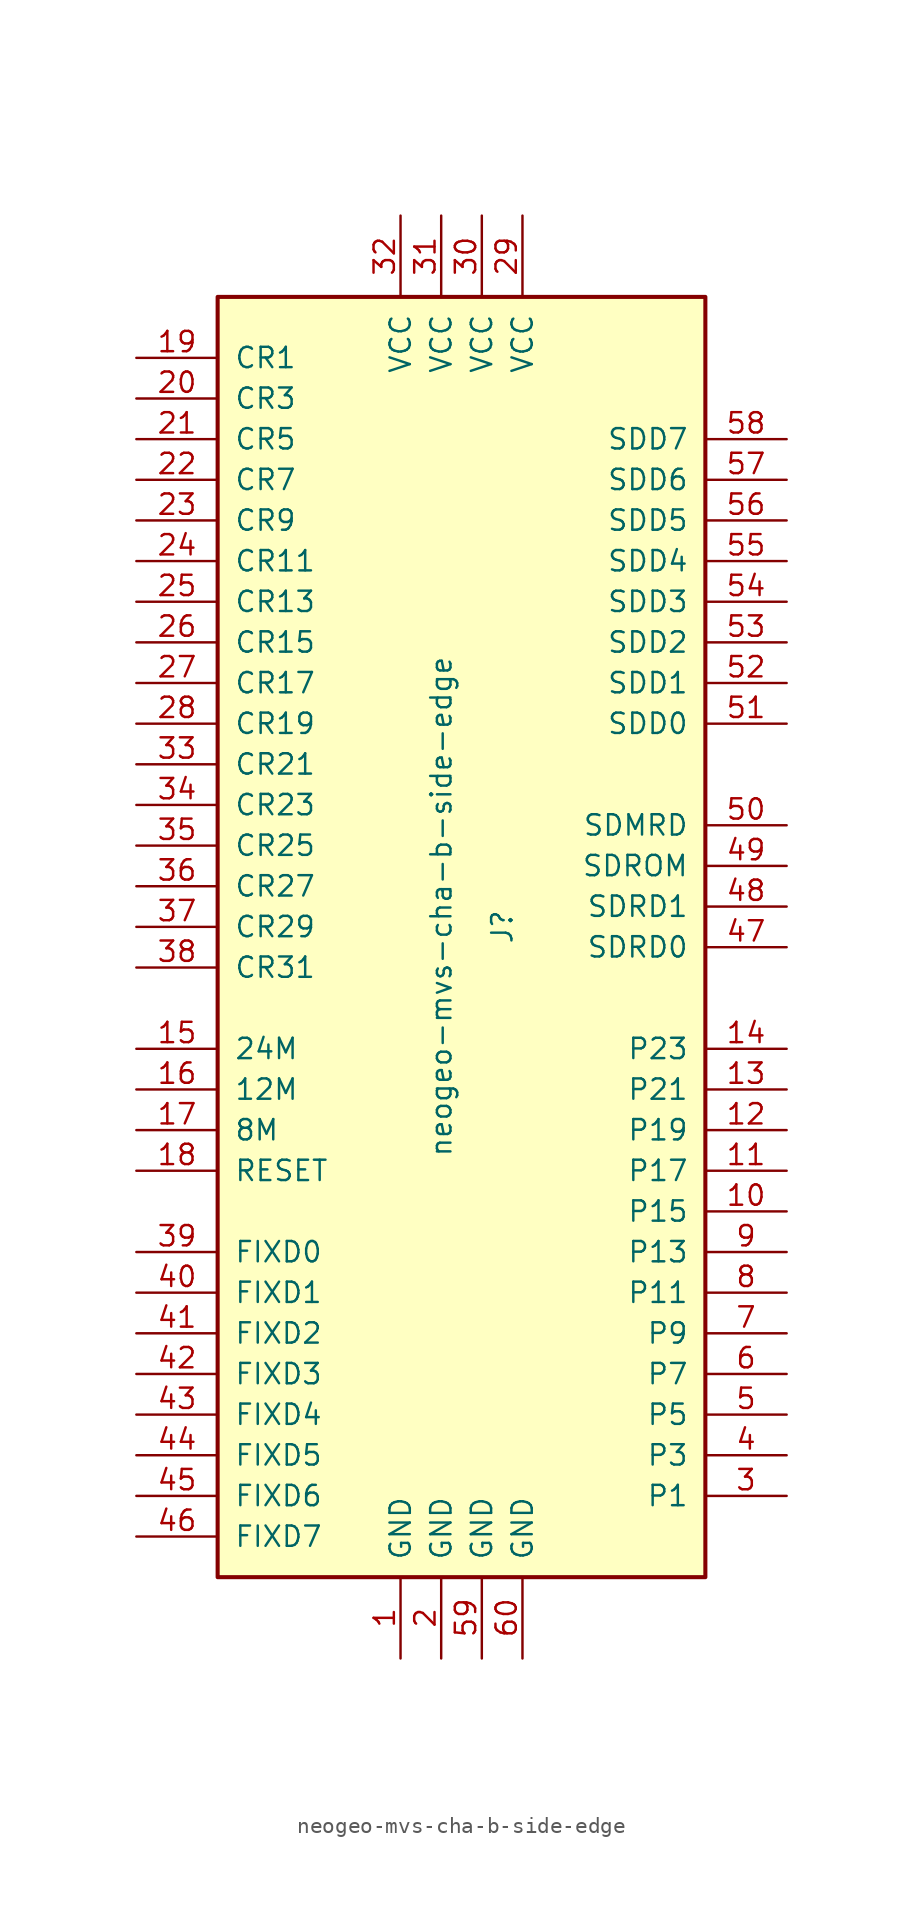
<source format=kicad_sym>
(kicad_symbol_lib
  (version 20211014)
  (generator kicad_symbol_editor)
  (symbol "neogeo-mvs-cha-b-side-edge"
    (pin_names
      (offset 1.016))
    (property "Reference" "J"
      (at 2.54 -1.27 90)
      (effects (font (size 1.27 1.27))))
    (property "Value" "neogeo-mvs-cha-b-side-edge"
      (at -1.27 0 90)
      (effects (font (size 1.27 1.27))))
    (symbol "neogeo-mvs-cha-b-side-edge_0_0"
      (pin input line (at -20.32 29.21 0) (length 5.08) (name "CR5" (effects (font (size 1.27 1.27)))) (number "21" (effects (font (size 1.27 1.27)))))
      (pin input line (at -20.32 26.67 0) (length 5.08) (name "CR7" (effects (font (size 1.27 1.27)))) (number "22" (effects (font (size 1.27 1.27)))))
      (pin input line (at -20.32 24.13 0) (length 5.08) (name "CR9" (effects (font (size 1.27 1.27)))) (number "23" (effects (font (size 1.27 1.27)))))
      (pin input line (at -20.32 21.59 0) (length 5.08) (name "CR11" (effects (font (size 1.27 1.27)))) (number "24" (effects (font (size 1.27 1.27)))))
      (pin input line (at -20.32 19.05 0) (length 5.08) (name "CR13" (effects (font (size 1.27 1.27)))) (number "25" (effects (font (size 1.27 1.27)))))
      (pin input line (at -20.32 16.51 0) (length 5.08) (name "CR15" (effects (font (size 1.27 1.27)))) (number "26" (effects (font (size 1.27 1.27)))))
      (pin input line (at -20.32 13.97 0) (length 5.08) (name "CR17" (effects (font (size 1.27 1.27)))) (number "27" (effects (font (size 1.27 1.27)))))
      (pin input line (at -20.32 11.43 0) (length 5.08) (name "CR19" (effects (font (size 1.27 1.27)))) (number "28" (effects (font (size 1.27 1.27)))))
      (pin input line (at -20.32 8.89 0) (length 5.08) (name "CR21" (effects (font (size 1.27 1.27)))) (number "33" (effects (font (size 1.27 1.27)))))
      (pin input line (at -20.32 -29.21 0) (length 5.08) (name "FIXD3" (effects (font (size 1.27 1.27)))) (number "42" (effects (font (size 1.27 1.27)))))
      (pin input line (at -20.32 -31.75 0) (length 5.08) (name "FIXD4" (effects (font (size 1.27 1.27)))) (number "43" (effects (font (size 1.27 1.27)))))
      (pin input line (at -20.32 -34.29 0) (length 5.08) (name "FIXD5" (effects (font (size 1.27 1.27)))) (number "44" (effects (font (size 1.27 1.27)))))
      (pin input line (at -20.32 -36.83 0) (length 5.08) (name "FIXD6" (effects (font (size 1.27 1.27)))) (number "45" (effects (font (size 1.27 1.27)))))
      (pin input line (at -20.32 -39.37 0) (length 5.08) (name "FIXD7" (effects (font (size 1.27 1.27)))) (number "46" (effects (font (size 1.27 1.27)))))
      (pin output line (at 20.32 -2.54 180) (length 5.08) (name "SDRD0" (effects (font (size 1.27 1.27)))) (number "47" (effects (font (size 1.27 1.27)))))
      (pin output line (at 20.32 0 180) (length 5.08) (name "SDRD1" (effects (font (size 1.27 1.27)))) (number "48" (effects (font (size 1.27 1.27)))))
      (pin output line (at 20.32 2.54 180) (length 5.08) (name "SDROM" (effects (font (size 1.27 1.27)))) (number "49" (effects (font (size 1.27 1.27)))))
      (pin output line (at 20.32 5.08 180) (length 5.08) (name "SDMRD" (effects (font (size 1.27 1.27)))) (number "50" (effects (font (size 1.27 1.27)))))
      (pin input line (at 20.32 11.43 180) (length 5.08) (name "SDD0" (effects (font (size 1.27 1.27)))) (number "51" (effects (font (size 1.27 1.27)))))
      (pin input line (at 20.32 13.97 180) (length 5.08) (name "SDD1" (effects (font (size 1.27 1.27)))) (number "52" (effects (font (size 1.27 1.27)))))
      (pin input line (at 20.32 16.51 180) (length 5.08) (name "SDD2" (effects (font (size 1.27 1.27)))) (number "53" (effects (font (size 1.27 1.27)))))
      (pin input line (at 20.32 19.05 180) (length 5.08) (name "SDD3" (effects (font (size 1.27 1.27)))) (number "54" (effects (font (size 1.27 1.27)))))
      (pin input line (at 20.32 21.59 180) (length 5.08) (name "SDD4" (effects (font (size 1.27 1.27)))) (number "55" (effects (font (size 1.27 1.27)))))
      (pin input line (at 20.32 24.13 180) (length 5.08) (name "SDD5" (effects (font (size 1.27 1.27)))) (number "56" (effects (font (size 1.27 1.27))))))
    (symbol "neogeo-mvs-cha-b-side-edge_1_1"
      (rectangle (start -15.24 38.1) (end 15.24 -41.91) (stroke (width 0.254) (type default) (color 0 0 0 0)) (fill (type background)))
      (pin power_out line (at -3.81 -46.99 90) (length 5.08) (name "GND" (effects (font (size 1.27 1.27)))) (number "1" (effects (font (size 1.27 1.27)))))
      (pin output line (at 20.32 -19.05 180) (length 5.08) (name "P15" (effects (font (size 1.27 1.27)))) (number "10" (effects (font (size 1.27 1.27)))))
      (pin output line (at 20.32 -16.51 180) (length 5.08) (name "P17" (effects (font (size 1.27 1.27)))) (number "11" (effects (font (size 1.27 1.27)))))
      (pin output line (at 20.32 -13.97 180) (length 5.08) (name "P19" (effects (font (size 1.27 1.27)))) (number "12" (effects (font (size 1.27 1.27)))))
      (pin output line (at 20.32 -11.43 180) (length 5.08) (name "P21" (effects (font (size 1.27 1.27)))) (number "13" (effects (font (size 1.27 1.27)))))
      (pin output line (at 20.32 -8.89 180) (length 5.08) (name "P23" (effects (font (size 1.27 1.27)))) (number "14" (effects (font (size 1.27 1.27)))))
      (pin output line (at -20.32 -8.89 0) (length 5.08) (name "24M" (effects (font (size 1.27 1.27)))) (number "15" (effects (font (size 1.27 1.27)))))
      (pin output line (at -20.32 -11.43 0) (length 5.08) (name "12M" (effects (font (size 1.27 1.27)))) (number "16" (effects (font (size 1.27 1.27)))))
      (pin output line (at -20.32 -13.97 0) (length 5.08) (name "8M" (effects (font (size 1.27 1.27)))) (number "17" (effects (font (size 1.27 1.27)))))
      (pin output line (at -20.32 -16.51 0) (length 5.08) (name "RESET" (effects (font (size 1.27 1.27)))) (number "18" (effects (font (size 1.27 1.27)))))
      (pin input line (at -20.32 34.29 0) (length 5.08) (name "CR1" (effects (font (size 1.27 1.27)))) (number "19" (effects (font (size 1.27 1.27)))))
      (pin power_out line (at -1.27 -46.99 90) (length 5.08) (name "GND" (effects (font (size 1.27 1.27)))) (number "2" (effects (font (size 1.27 1.27)))))
      (pin input line (at -20.32 31.75 0) (length 5.08) (name "CR3" (effects (font (size 1.27 1.27)))) (number "20" (effects (font (size 1.27 1.27)))))
      (pin power_out line (at 3.81 43.18 270) (length 5.08) (name "VCC" (effects (font (size 1.27 1.27)))) (number "29" (effects (font (size 1.27 1.27)))))
      (pin output line (at 20.32 -36.83 180) (length 5.08) (name "P1" (effects (font (size 1.27 1.27)))) (number "3" (effects (font (size 1.27 1.27)))))
      (pin power_out line (at 1.27 43.18 270) (length 5.08) (name "VCC" (effects (font (size 1.27 1.27)))) (number "30" (effects (font (size 1.27 1.27)))))
      (pin power_out line (at -1.27 43.18 270) (length 5.08) (name "VCC" (effects (font (size 1.27 1.27)))) (number "31" (effects (font (size 1.27 1.27)))))
      (pin power_out line (at -3.81 43.18 270) (length 5.08) (name "VCC" (effects (font (size 1.27 1.27)))) (number "32" (effects (font (size 1.27 1.27)))))
      (pin input line (at -20.32 6.35 0) (length 5.08) (name "CR23" (effects (font (size 1.27 1.27)))) (number "34" (effects (font (size 1.27 1.27)))))
      (pin input line (at -20.32 3.81 0) (length 5.08) (name "CR25" (effects (font (size 1.27 1.27)))) (number "35" (effects (font (size 1.27 1.27)))))
      (pin input line (at -20.32 1.27 0) (length 5.08) (name "CR27" (effects (font (size 1.27 1.27)))) (number "36" (effects (font (size 1.27 1.27)))))
      (pin input line (at -20.32 -1.27 0) (length 5.08) (name "CR29" (effects (font (size 1.27 1.27)))) (number "37" (effects (font (size 1.27 1.27)))))
      (pin input line (at -20.32 -3.81 0) (length 5.08) (name "CR31" (effects (font (size 1.27 1.27)))) (number "38" (effects (font (size 1.27 1.27)))))
      (pin input line (at -20.32 -21.59 0) (length 5.08) (name "FIXD0" (effects (font (size 1.27 1.27)))) (number "39" (effects (font (size 1.27 1.27)))))
      (pin output line (at 20.32 -34.29 180) (length 5.08) (name "P3" (effects (font (size 1.27 1.27)))) (number "4" (effects (font (size 1.27 1.27)))))
      (pin input line (at -20.32 -24.13 0) (length 5.08) (name "FIXD1" (effects (font (size 1.27 1.27)))) (number "40" (effects (font (size 1.27 1.27)))))
      (pin input line (at -20.32 -26.67 0) (length 5.08) (name "FIXD2" (effects (font (size 1.27 1.27)))) (number "41" (effects (font (size 1.27 1.27)))))
      (pin output line (at 20.32 -31.75 180) (length 5.08) (name "P5" (effects (font (size 1.27 1.27)))) (number "5" (effects (font (size 1.27 1.27)))))
      (pin input line (at 20.32 26.67 180) (length 5.08) (name "SDD6" (effects (font (size 1.27 1.27)))) (number "57" (effects (font (size 1.27 1.27)))))
      (pin input line (at 20.32 29.21 180) (length 5.08) (name "SDD7" (effects (font (size 1.27 1.27)))) (number "58" (effects (font (size 1.27 1.27)))))
      (pin power_out line (at 1.27 -46.99 90) (length 5.08) (name "GND" (effects (font (size 1.27 1.27)))) (number "59" (effects (font (size 1.27 1.27)))))
      (pin output line (at 20.32 -29.21 180) (length 5.08) (name "P7" (effects (font (size 1.27 1.27)))) (number "6" (effects (font (size 1.27 1.27)))))
      (pin power_out line (at 3.81 -46.99 90) (length 5.08) (name "GND" (effects (font (size 1.27 1.27)))) (number "60" (effects (font (size 1.27 1.27)))))
      (pin output line (at 20.32 -26.67 180) (length 5.08) (name "P9" (effects (font (size 1.27 1.27)))) (number "7" (effects (font (size 1.27 1.27)))))
      (pin output line (at 20.32 -24.13 180) (length 5.08) (name "P11" (effects (font (size 1.27 1.27)))) (number "8" (effects (font (size 1.27 1.27)))))
      (pin output line (at 20.32 -21.59 180) (length 5.08) (name "P13" (effects (font (size 1.27 1.27)))) (number "9" (effects (font (size 1.27 1.27))))))))
</source>
